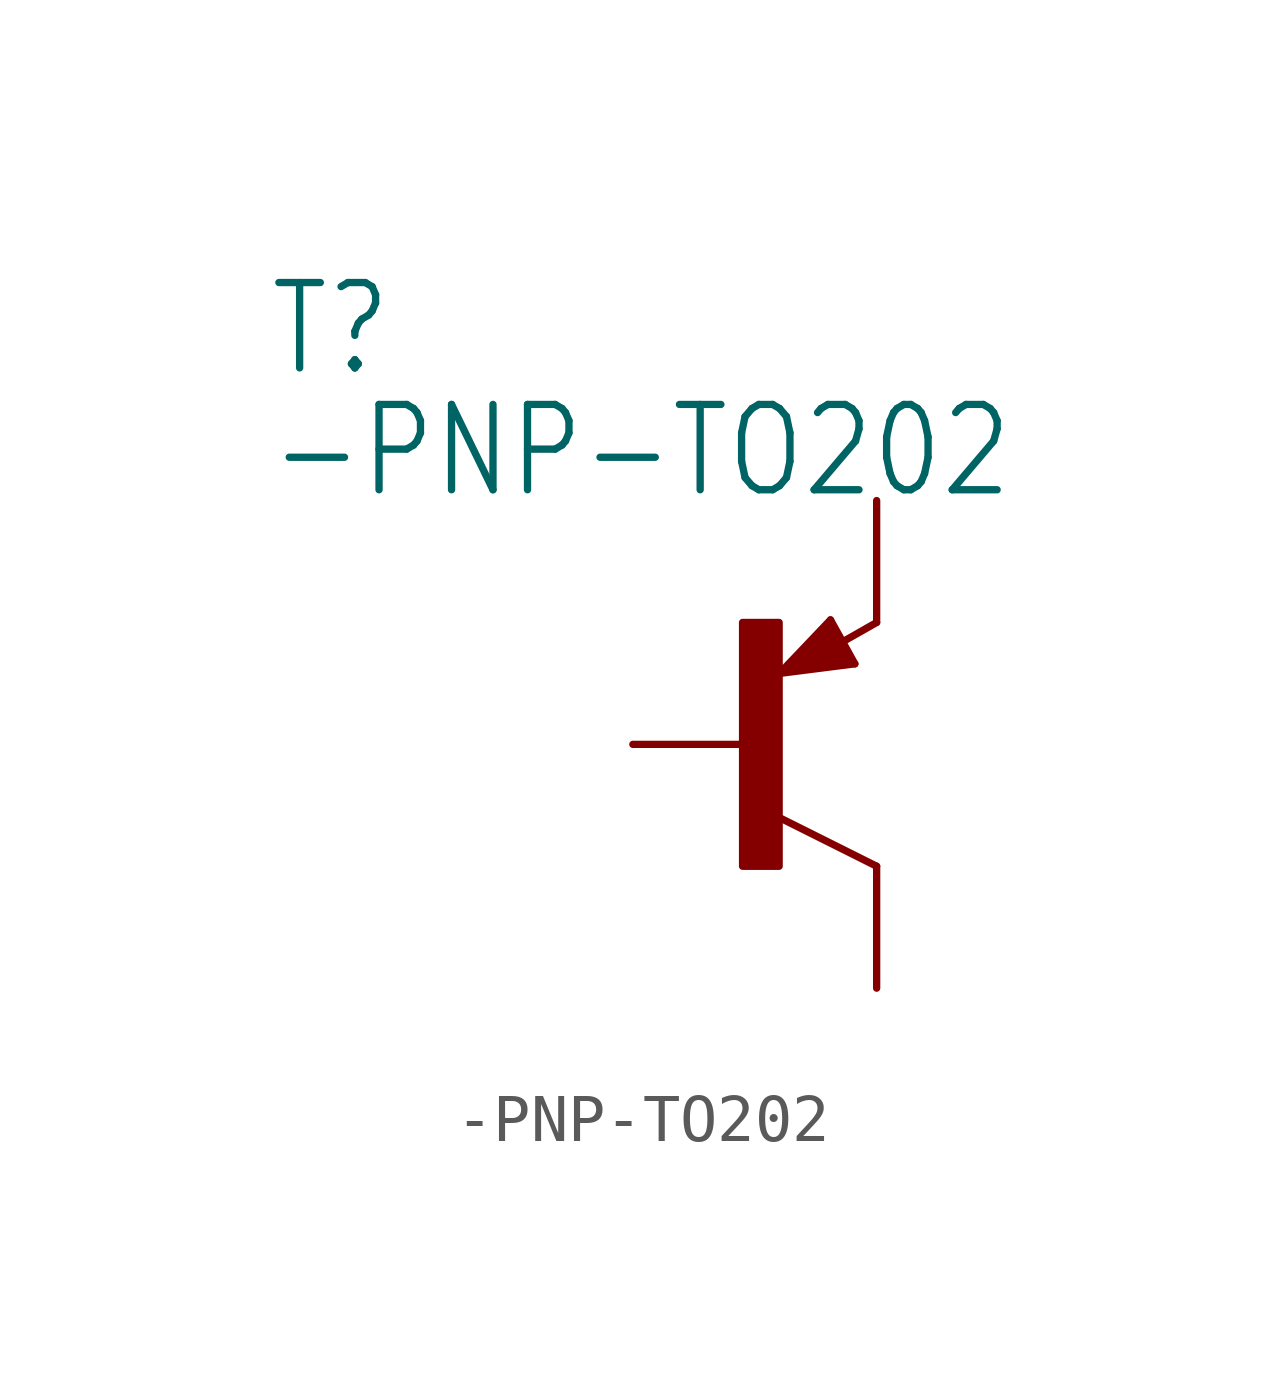
<source format=kicad_sym>
(kicad_symbol_lib
  (version 20211014)
  (generator kicad_symbol_editor)
  (symbol "-PNP-TO202"
    (property "Reference" "T"
      (at -10.16 7.62 0)
      (effects (font (size 1.778 1.511)) (justify left bottom)))
    (property "Value" "-PNP-TO202"
      (at -10.16 5.08 0)
      (effects (font (size 1.778 1.511)) (justify left bottom)))
    (property "ki_locked" ""
      (at 0 0 0)
      (effects (font (size 1.27 1.27))))
    (symbol "-PNP-TO202_1_0"
      (rectangle (start -0.254 -2.54) (end 0.508 2.54) (stroke (width 0) (type default) (color 0 0 0 0)) (fill (type outline)))
      (polyline (pts (xy 0.516 1.478) (xy 2.086 1.678)) (stroke (width 0.152) (type default) (color 0 0 0 0)) (fill (type none)))
      (polyline (pts (xy 0.762 1.651) (xy 1.778 1.778)) (stroke (width 0.254) (type default) (color 0 0 0 0)) (fill (type none)))
      (polyline (pts (xy 1.143 1.905) (xy 1.524 1.905)) (stroke (width 0.254) (type default) (color 0 0 0 0)) (fill (type none)))
      (polyline (pts (xy 1.524 2.159) (xy 1.143 1.905)) (stroke (width 0.254) (type default) (color 0 0 0 0)) (fill (type none)))
      (polyline (pts (xy 1.524 2.413) (xy 0.762 1.651)) (stroke (width 0.254) (type default) (color 0 0 0 0)) (fill (type none)))
      (polyline (pts (xy 1.578 2.594) (xy 0.516 1.478)) (stroke (width 0.152) (type default) (color 0 0 0 0)) (fill (type none)))
      (polyline (pts (xy 1.778 1.778) (xy 1.524 2.159)) (stroke (width 0.254) (type default) (color 0 0 0 0)) (fill (type none)))
      (polyline (pts (xy 1.905 1.778) (xy 1.524 2.413)) (stroke (width 0.254) (type default) (color 0 0 0 0)) (fill (type none)))
      (polyline (pts (xy 2.086 1.678) (xy 1.578 2.594)) (stroke (width 0.152) (type default) (color 0 0 0 0)) (fill (type none)))
      (polyline (pts (xy 2.54 -2.54) (xy 0.508 -1.524)) (stroke (width 0.152) (type default) (color 0 0 0 0)) (fill (type none)))
      (polyline (pts (xy 2.54 2.54) (xy 1.808 2.124)) (stroke (width 0.152) (type default) (color 0 0 0 0)) (fill (type none)))
      (pin passive line (at 2.54 5.08 270) (length 2.54) (name "E" (effects (font (size 0 0)))) (number "1" (effects (font (size 0 0)))))
      (pin passive line (at 2.54 -5.08 90) (length 2.54) (name "C" (effects (font (size 0 0)))) (number "2" (effects (font (size 0 0)))))
      (pin passive line (at -2.54 0 0) (length 2.54) (name "B" (effects (font (size 0 0)))) (number "3" (effects (font (size 0 0))))))))
</source>
